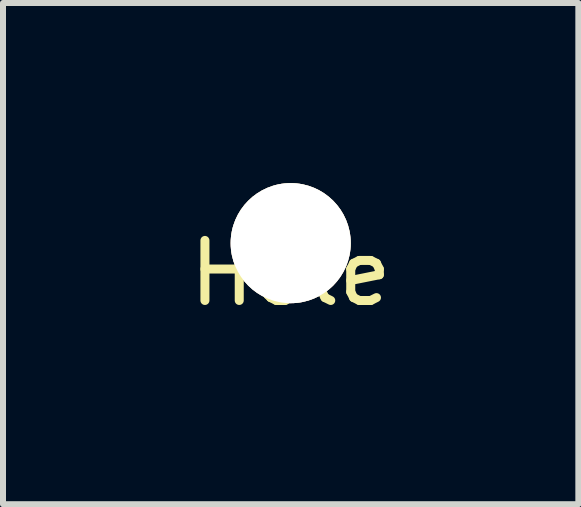
<source format=kicad_pcb>
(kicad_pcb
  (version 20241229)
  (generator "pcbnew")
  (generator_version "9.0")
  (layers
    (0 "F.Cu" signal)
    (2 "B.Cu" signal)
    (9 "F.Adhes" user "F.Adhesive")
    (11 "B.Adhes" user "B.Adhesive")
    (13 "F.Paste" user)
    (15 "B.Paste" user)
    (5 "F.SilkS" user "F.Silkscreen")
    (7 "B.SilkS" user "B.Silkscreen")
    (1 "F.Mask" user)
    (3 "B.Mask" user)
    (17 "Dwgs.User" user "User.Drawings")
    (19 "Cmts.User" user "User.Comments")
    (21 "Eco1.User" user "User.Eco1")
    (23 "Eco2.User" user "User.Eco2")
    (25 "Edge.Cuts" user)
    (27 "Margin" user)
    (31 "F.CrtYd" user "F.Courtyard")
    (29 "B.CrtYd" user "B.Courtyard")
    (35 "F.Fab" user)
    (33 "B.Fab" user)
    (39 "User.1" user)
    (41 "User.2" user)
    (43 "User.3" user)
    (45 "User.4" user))
  (footprint "Hole"
    (layer "F.Cu")
    (at 1.792 1)
    (property "Reference" "Hole" (at 0 0.5 0) (layer "F.SilkS") (effects (font (size 1 1) (thickness 0.15))))
    (attr through_hole)
    (pad "" thru_hole circle (at 0 0) (size 2 2) (drill 2) (layers "*.Cu" "*.Mask" "F.SilkS")))
  (gr_rect
    (start -3 -3)
    (end 6.583 5.348)
    (stroke (width 0.1) (type default))
    (fill no)
    (layer "Edge.Cuts")))
</source>
